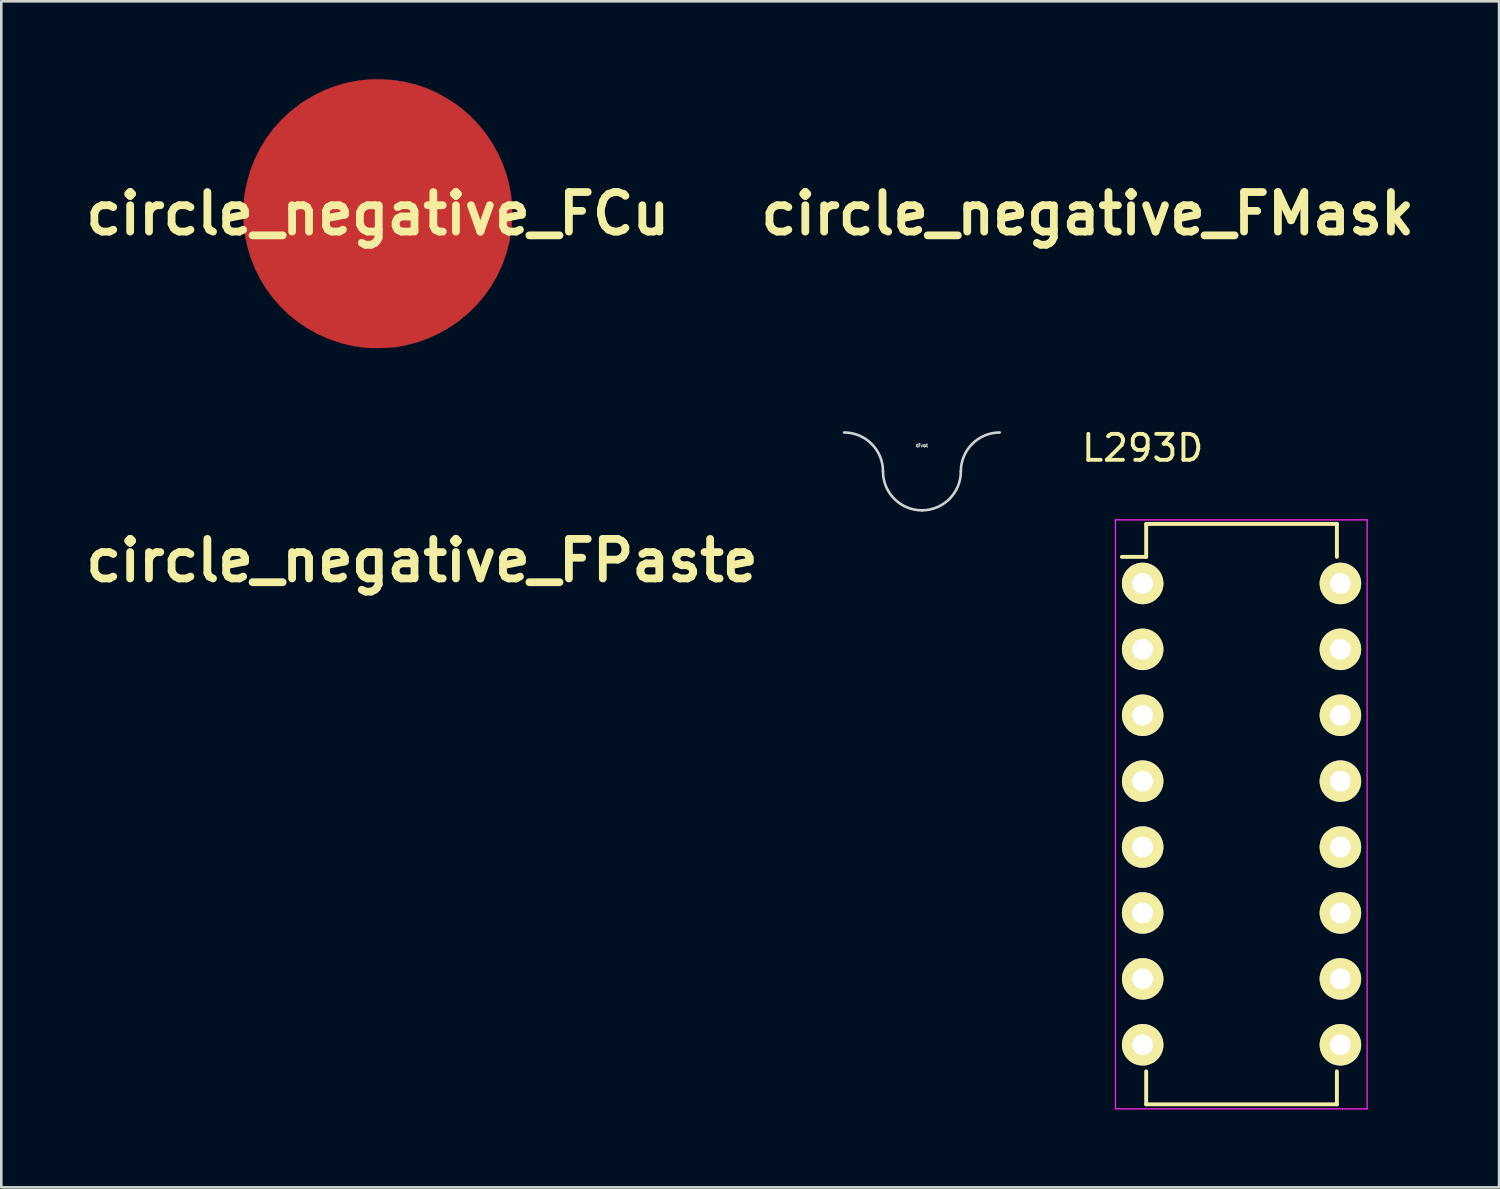
<source format=kicad_pcb>
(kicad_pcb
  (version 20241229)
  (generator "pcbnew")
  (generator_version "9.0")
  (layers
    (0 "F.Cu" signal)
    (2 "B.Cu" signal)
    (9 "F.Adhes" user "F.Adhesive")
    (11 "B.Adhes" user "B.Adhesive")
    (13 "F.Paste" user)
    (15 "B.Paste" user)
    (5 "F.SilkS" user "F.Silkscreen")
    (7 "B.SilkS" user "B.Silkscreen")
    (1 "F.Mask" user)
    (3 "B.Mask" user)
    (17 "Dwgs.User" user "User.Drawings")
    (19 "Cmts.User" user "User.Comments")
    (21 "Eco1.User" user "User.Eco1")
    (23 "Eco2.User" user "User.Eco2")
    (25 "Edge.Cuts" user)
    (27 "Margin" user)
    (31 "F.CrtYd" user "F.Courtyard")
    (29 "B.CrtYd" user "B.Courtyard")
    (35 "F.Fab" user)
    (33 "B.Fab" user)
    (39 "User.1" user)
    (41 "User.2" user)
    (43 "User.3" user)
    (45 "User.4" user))
  (footprint "divot"
    (layer "F.Cu")
    (at 32.481 13.618)
    (property "Reference" "divot" (at 0 0.5 0) (layer "Edge.Cuts") (effects (font (size 0.127 0.127) (thickness 0.032))))
    (attr through_hole)
    (fp_arc (start -3 0) (mid -1.93934 0.43934) (end -1.5 1.5) (stroke (width 0.1) (type solid)) (layer "Edge.Cuts"))
    (fp_arc (start 0 3) (mid -1.06066 2.56066) (end -1.5 1.5) (stroke (width 0.1) (type solid)) (layer "Edge.Cuts"))
    (fp_arc (start 1.5 1.5) (mid 1.06066 2.56066) (end 0 3) (stroke (width 0.1) (type solid)) (layer "Edge.Cuts"))
    (fp_arc (start 1.5 1.5) (mid 1.93934 0.43934) (end 3 0) (stroke (width 0.1) (type solid)) (layer "Edge.Cuts")))
  (footprint "circle_negative_FMask"
    (layer "F.Cu")
    (at 38.872 5.186)
    (property "Reference" "circle_negative_FMask" (at 0 0 0) (layer "F.SilkS") (effects (font (size 1.524 1.524) (thickness 0.3))))
    (attr through_hole)
    (fp_poly (pts (xy 0.617 -5.146) (xy 1.074 -5.071) (xy 1.529 -4.954) (xy 1.873 -4.837) (xy 2.095 -4.744) (xy 2.334 -4.627) (xy 2.58 -4.491) (xy 2.823 -4.344) (xy 3.05 -4.192) (xy 3.239 -4.05) (xy 3.58 -3.751) (xy 3.895 -3.42) (xy 4.18 -3.063) (xy 4.434 -2.682) (xy 4.653 -2.28) (xy 4.837 -1.862) (xy 4.983 -1.431) (xy 5.044 -1.196) (xy 5.13 -0.742) (xy 5.174 -0.283) (xy 5.179 0.176) (xy 5.143 0.634) (xy 5.068 1.086) (xy 4.953 1.529) (xy 4.8 1.96) (xy 4.608 2.376) (xy 4.6 2.392) (xy 4.366 2.795) (xy 4.1 3.171) (xy 3.803 3.521) (xy 3.478 3.841) (xy 3.127 4.132) (xy 2.752 4.39) (xy 2.354 4.615) (xy 1.936 4.806) (xy 1.501 4.96) (xy 1.049 5.077) (xy 0.741 5.133) (xy 0.621 5.147) (xy 0.469 5.159) (xy 0.297 5.168) (xy 0.115 5.174) (xy -0.067 5.176) (xy -0.238 5.176) (xy -0.387 5.171) (xy -0.497 5.163) (xy -0.963 5.094) (xy -1.416 4.986) (xy -1.855 4.839) (xy -2.276 4.656) (xy -2.678 4.437) (xy -3.059 4.184) (xy -3.417 3.897) (xy -3.749 3.579) (xy -4.053 3.23) (xy -4.272 2.935) (xy -4.517 2.542) (xy -4.726 2.131) (xy -4.896 1.701) (xy -5.03 1.251) (xy -5.127 0.78) (xy -5.137 0.72) (xy -5.154 0.569) (xy -5.167 0.387) (xy -5.174 0.185) (xy -5.176 -0.026) (xy -5.173 -0.237) (xy -5.164 -0.435) (xy -5.151 -0.61) (xy -5.137 -0.72) (xy -5.043 -1.194) (xy -4.913 -1.649) (xy -4.746 -2.085) (xy -4.543 -2.499) (xy -4.305 -2.891) (xy -4.033 -3.259) (xy -3.727 -3.603) (xy -3.389 -3.92) (xy -3.019 -4.21) (xy -2.879 -4.307) (xy -2.478 -4.55) (xy -2.063 -4.754) (xy -1.635 -4.919) (xy -1.197 -5.044) (xy -0.75 -5.13) (xy -0.297 -5.176) (xy 0.159 -5.181) (xy 0.617 -5.146)) (stroke (width 0.01) (type solid)) (fill yes) (layer "F.Mask")))
  (footprint "circle_negative_FCu"
    (layer "F.Cu")
    (at 11.51 5.186)
    (property "Reference" "circle_negative_FCu" (at 0 0 0) (layer "F.SilkS") (effects (font (size 1.524 1.524) (thickness 0.3))))
    (attr through_hole)
    (fp_poly (pts (xy 0.617 -5.146) (xy 1.074 -5.071) (xy 1.529 -4.954) (xy 1.873 -4.837) (xy 2.095 -4.744) (xy 2.334 -4.627) (xy 2.58 -4.491) (xy 2.823 -4.344) (xy 3.05 -4.192) (xy 3.239 -4.05) (xy 3.58 -3.751) (xy 3.895 -3.42) (xy 4.18 -3.063) (xy 4.434 -2.682) (xy 4.653 -2.28) (xy 4.837 -1.862) (xy 4.983 -1.431) (xy 5.044 -1.196) (xy 5.13 -0.742) (xy 5.174 -0.283) (xy 5.179 0.176) (xy 5.143 0.634) (xy 5.068 1.086) (xy 4.953 1.529) (xy 4.8 1.96) (xy 4.608 2.376) (xy 4.6 2.392) (xy 4.366 2.795) (xy 4.1 3.171) (xy 3.803 3.521) (xy 3.478 3.841) (xy 3.127 4.132) (xy 2.752 4.39) (xy 2.354 4.615) (xy 1.936 4.806) (xy 1.501 4.96) (xy 1.049 5.077) (xy 0.741 5.133) (xy 0.621 5.147) (xy 0.469 5.159) (xy 0.297 5.168) (xy 0.115 5.174) (xy -0.067 5.176) (xy -0.238 5.176) (xy -0.387 5.171) (xy -0.497 5.163) (xy -0.963 5.094) (xy -1.416 4.986) (xy -1.855 4.839) (xy -2.276 4.656) (xy -2.678 4.437) (xy -3.059 4.184) (xy -3.417 3.897) (xy -3.749 3.579) (xy -4.053 3.23) (xy -4.272 2.935) (xy -4.517 2.542) (xy -4.726 2.131) (xy -4.896 1.701) (xy -5.03 1.251) (xy -5.127 0.78) (xy -5.137 0.72) (xy -5.154 0.569) (xy -5.167 0.387) (xy -5.174 0.185) (xy -5.176 -0.026) (xy -5.173 -0.237) (xy -5.164 -0.435) (xy -5.151 -0.61) (xy -5.137 -0.72) (xy -5.043 -1.194) (xy -4.913 -1.649) (xy -4.746 -2.085) (xy -4.543 -2.499) (xy -4.305 -2.891) (xy -4.033 -3.259) (xy -3.727 -3.603) (xy -3.389 -3.92) (xy -3.019 -4.21) (xy -2.879 -4.307) (xy -2.478 -4.55) (xy -2.063 -4.754) (xy -1.635 -4.919) (xy -1.197 -5.044) (xy -0.75 -5.13) (xy -0.297 -5.176) (xy 0.159 -5.181) (xy 0.617 -5.146)) (stroke (width 0.01) (type solid)) (fill yes) (layer "F.Cu")))
  (footprint "circle_negative_FPaste"
    (layer "F.Cu")
    (at 13.215 18.554)
    (property "Reference" "circle_negative_FPaste" (at 0 0 0) (layer "F.SilkS") (effects (font (size 1.524 1.524) (thickness 0.3))))
    (attr through_hole)
    (fp_poly (pts (xy 0.617 -5.146) (xy 1.074 -5.071) (xy 1.529 -4.954) (xy 1.873 -4.837) (xy 2.095 -4.744) (xy 2.334 -4.627) (xy 2.58 -4.491) (xy 2.823 -4.344) (xy 3.05 -4.192) (xy 3.239 -4.05) (xy 3.58 -3.751) (xy 3.895 -3.42) (xy 4.18 -3.063) (xy 4.434 -2.682) (xy 4.653 -2.28) (xy 4.837 -1.862) (xy 4.983 -1.431) (xy 5.044 -1.196) (xy 5.13 -0.742) (xy 5.174 -0.283) (xy 5.179 0.176) (xy 5.143 0.634) (xy 5.068 1.086) (xy 4.953 1.529) (xy 4.8 1.96) (xy 4.608 2.376) (xy 4.6 2.392) (xy 4.366 2.795) (xy 4.1 3.171) (xy 3.803 3.521) (xy 3.478 3.841) (xy 3.127 4.132) (xy 2.752 4.39) (xy 2.354 4.615) (xy 1.936 4.806) (xy 1.501 4.96) (xy 1.049 5.077) (xy 0.741 5.133) (xy 0.621 5.147) (xy 0.469 5.159) (xy 0.297 5.168) (xy 0.115 5.174) (xy -0.067 5.176) (xy -0.238 5.176) (xy -0.387 5.171) (xy -0.497 5.163) (xy -0.963 5.094) (xy -1.416 4.986) (xy -1.855 4.839) (xy -2.276 4.656) (xy -2.678 4.437) (xy -3.059 4.184) (xy -3.417 3.897) (xy -3.749 3.579) (xy -4.053 3.23) (xy -4.272 2.935) (xy -4.517 2.542) (xy -4.726 2.131) (xy -4.896 1.701) (xy -5.03 1.251) (xy -5.127 0.78) (xy -5.137 0.72) (xy -5.154 0.569) (xy -5.167 0.387) (xy -5.174 0.185) (xy -5.176 -0.026) (xy -5.173 -0.237) (xy -5.164 -0.435) (xy -5.151 -0.61) (xy -5.137 -0.72) (xy -5.043 -1.194) (xy -4.913 -1.649) (xy -4.746 -2.085) (xy -4.543 -2.499) (xy -4.305 -2.891) (xy -4.033 -3.259) (xy -3.727 -3.603) (xy -3.389 -3.92) (xy -3.019 -4.21) (xy -2.879 -4.307) (xy -2.478 -4.55) (xy -2.063 -4.754) (xy -1.635 -4.919) (xy -1.197 -5.044) (xy -0.75 -5.13) (xy -0.297 -5.176) (xy 0.159 -5.181) (xy 0.617 -5.146)) (stroke (width 0.01) (type solid)) (fill yes) (layer "F.Paste")))
  (footprint "L293D"
    (layer "F.Cu")
    (at 40.989 19.436)
    (property "Reference" "L293D" (at 0 -5.22 0) (layer "F.SilkS") (effects (font (size 1 1) (thickness 0.15))))
    (attr through_hole)
    (fp_line (start 0.135 -2.295) (end 0.135 -1.025) (stroke (width 0.15) (type solid)) (layer "F.SilkS"))
    (fp_line (start 0.135 -2.295) (end 7.485 -2.295) (stroke (width 0.15) (type solid)) (layer "F.SilkS"))
    (fp_line (start 0.135 -1.025) (end -0.8 -1.025) (stroke (width 0.15) (type solid)) (layer "F.SilkS"))
    (fp_line (start 0.135 20.075) (end 0.135 18.805) (stroke (width 0.15) (type solid)) (layer "F.SilkS"))
    (fp_line (start 0.135 20.075) (end 7.485 20.075) (stroke (width 0.15) (type solid)) (layer "F.SilkS"))
    (fp_line (start 7.485 -2.295) (end 7.485 -1.025) (stroke (width 0.15) (type solid)) (layer "F.SilkS"))
    (fp_line (start 7.485 20.075) (end 7.485 18.805) (stroke (width 0.15) (type solid)) (layer "F.SilkS"))
    (fp_line (start -1.05 -2.45) (end -1.05 20.25) (stroke (width 0.05) (type solid)) (layer "F.CrtYd"))
    (fp_line (start -1.05 -2.45) (end 8.65 -2.45) (stroke (width 0.05) (type solid)) (layer "F.CrtYd"))
    (fp_line (start -1.05 20.25) (end 8.65 20.25) (stroke (width 0.05) (type solid)) (layer "F.CrtYd"))
    (fp_line (start 8.65 -2.45) (end 8.65 20.25) (stroke (width 0.05) (type solid)) (layer "F.CrtYd"))
    (pad "1" thru_hole oval (at 0 0) (size 1.6 1.6) (drill 0.8) (layers "*.Cu" "*.Mask" "F.SilkS"))
    (pad "2" thru_hole oval (at 0 2.54) (size 1.6 1.6) (drill 0.8) (layers "*.Cu" "*.Mask" "F.SilkS"))
    (pad "3" thru_hole oval (at 0 5.08) (size 1.6 1.6) (drill 0.8) (layers "*.Cu" "*.Mask" "F.SilkS"))
    (pad "6" thru_hole oval (at 0 12.7) (size 1.6 1.6) (drill 0.8) (layers "*.Cu" "*.Mask" "F.SilkS"))
    (pad "7" thru_hole oval (at 0 15.24) (size 1.6 1.6) (drill 0.8) (layers "*.Cu" "*.Mask" "F.SilkS"))
    (pad "8" thru_hole oval (at 0 17.78) (size 1.6 1.6) (drill 0.8) (layers "*.Cu" "*.Mask" "F.SilkS"))
    (pad "9" thru_hole oval (at 7.62 17.78) (size 1.6 1.6) (drill 0.8) (layers "*.Cu" "*.Mask" "F.SilkS"))
    (pad "10" thru_hole oval (at 7.62 15.24) (size 1.6 1.6) (drill 0.8) (layers "*.Cu" "*.Mask" "F.SilkS"))
    (pad "11" thru_hole oval (at 7.62 12.7) (size 1.6 1.6) (drill 0.8) (layers "*.Cu" "*.Mask" "F.SilkS"))
    (pad "14" thru_hole oval (at 7.62 5.08) (size 1.6 1.6) (drill 0.8) (layers "*.Cu" "*.Mask" "F.SilkS"))
    (pad "15" thru_hole oval (at 7.62 2.54) (size 1.6 1.6) (drill 0.8) (layers "*.Cu" "*.Mask" "F.SilkS"))
    (pad "16" thru_hole oval (at 7.62 0) (size 1.6 1.6) (drill 0.8) (layers "*.Cu" "*.Mask" "F.SilkS"))
    (pad "GND" thru_hole oval (at 0 7.62) (size 1.6 1.6) (drill 0.8) (layers "*.Cu" "*.Mask" "F.SilkS"))
    (pad "GND" thru_hole oval (at 0 10.16) (size 1.6 1.6) (drill 0.8) (layers "*.Cu" "*.Mask" "F.SilkS"))
    (pad "GND" thru_hole oval (at 7.62 7.62) (size 1.6 1.6) (drill 0.8) (layers "*.Cu" "*.Mask" "F.SilkS"))
    (pad "GND" thru_hole oval (at 7.62 10.16) (size 1.6 1.6) (drill 0.8) (layers "*.Cu" "*.Mask" "F.SilkS")))
  (gr_rect
    (start -3 -3)
    (end 54.725 42.711)
    (stroke (width 0.1) (type default))
    (fill no)
    (layer "Edge.Cuts")))
</source>
